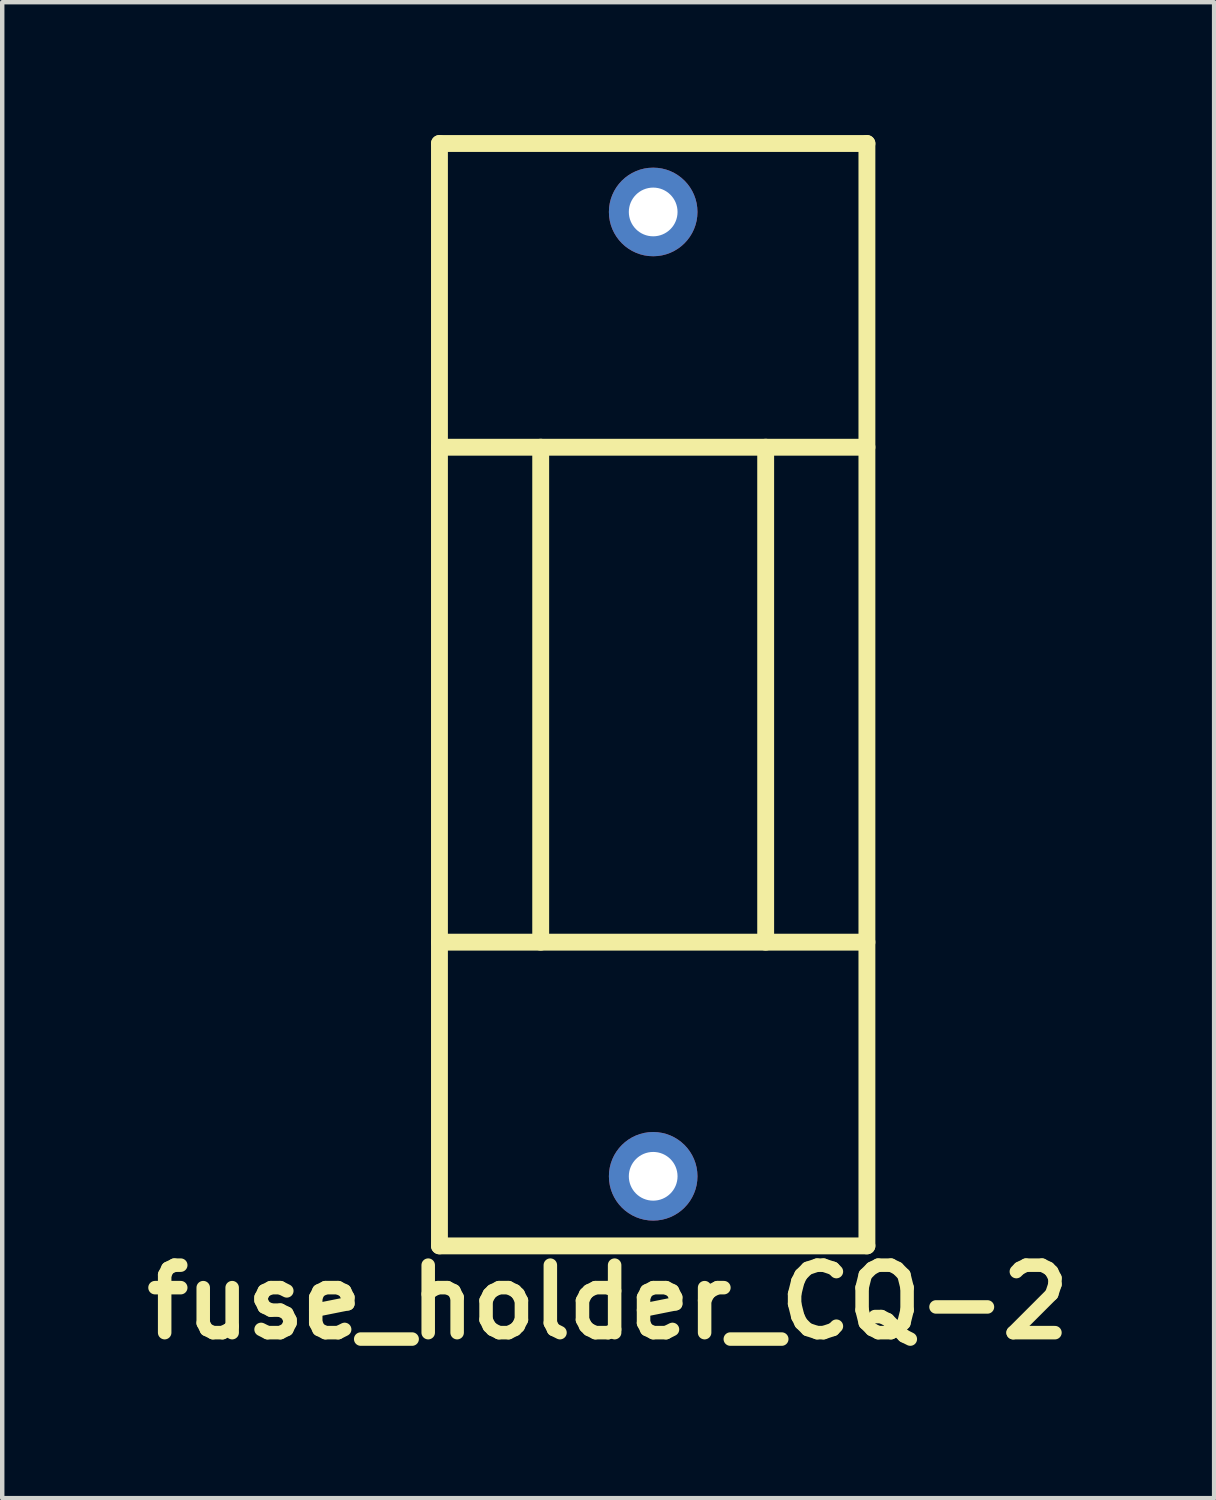
<source format=kicad_pcb>
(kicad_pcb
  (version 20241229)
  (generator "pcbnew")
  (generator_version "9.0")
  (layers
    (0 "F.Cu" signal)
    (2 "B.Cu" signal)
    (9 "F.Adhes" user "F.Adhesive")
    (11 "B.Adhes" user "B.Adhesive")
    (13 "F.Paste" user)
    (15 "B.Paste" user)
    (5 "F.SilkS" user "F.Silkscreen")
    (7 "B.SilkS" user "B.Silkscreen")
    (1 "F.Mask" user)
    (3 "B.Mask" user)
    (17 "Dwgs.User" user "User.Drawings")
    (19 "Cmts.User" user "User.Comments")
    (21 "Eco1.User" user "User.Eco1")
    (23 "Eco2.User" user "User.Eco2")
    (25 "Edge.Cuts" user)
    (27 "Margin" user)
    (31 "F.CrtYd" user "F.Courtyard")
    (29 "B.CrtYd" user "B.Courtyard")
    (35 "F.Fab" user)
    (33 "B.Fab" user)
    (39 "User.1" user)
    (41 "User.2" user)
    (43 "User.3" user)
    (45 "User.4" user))
  (footprint "fuse_holder_CQ-2"
    (layer "F.Cu")
    (at 11.699 12.636)
    (property "Reference" "fuse_holder_CQ-2" (at -1.016 13.716 0) (layer "F.SilkS") (effects (font (size 1.524 1.524) (thickness 0.305))))
    (attr through_hole)
    (fp_line (start -4.826 -12.446) (end 4.826 -12.446) (stroke (width 0.381) (type solid)) (layer "F.SilkS"))
    (fp_line (start -4.826 -5.588) (end 4.826 -5.588) (stroke (width 0.381) (type solid)) (layer "F.SilkS"))
    (fp_line (start -4.826 12.446) (end -4.826 -12.446) (stroke (width 0.381) (type solid)) (layer "F.SilkS"))
    (fp_line (start -2.54 -5.588) (end -2.54 5.588) (stroke (width 0.381) (type solid)) (layer "F.SilkS"))
    (fp_line (start 2.54 5.588) (end 2.54 -5.588) (stroke (width 0.381) (type solid)) (layer "F.SilkS"))
    (fp_line (start 4.826 -12.446) (end 4.826 12.446) (stroke (width 0.381) (type solid)) (layer "F.SilkS"))
    (fp_line (start 4.826 5.588) (end -4.826 5.588) (stroke (width 0.381) (type solid)) (layer "F.SilkS"))
    (fp_line (start 4.826 12.446) (end -4.826 12.446) (stroke (width 0.381) (type solid)) (layer "F.SilkS"))
    (pad "1" thru_hole circle (at 0 -10.9) (size 2 2) (drill 1.1) (layers "*.Cu" "*.Mask"))
    (pad "2" thru_hole circle (at 0 10.875) (size 2 2) (drill 1.1) (layers "*.Cu" "*.Mask")))
  (gr_rect
    (start -3 -3)
    (end 24.365 30.779)
    (stroke (width 0.1) (type default))
    (fill no)
    (layer "Edge.Cuts")))
</source>
